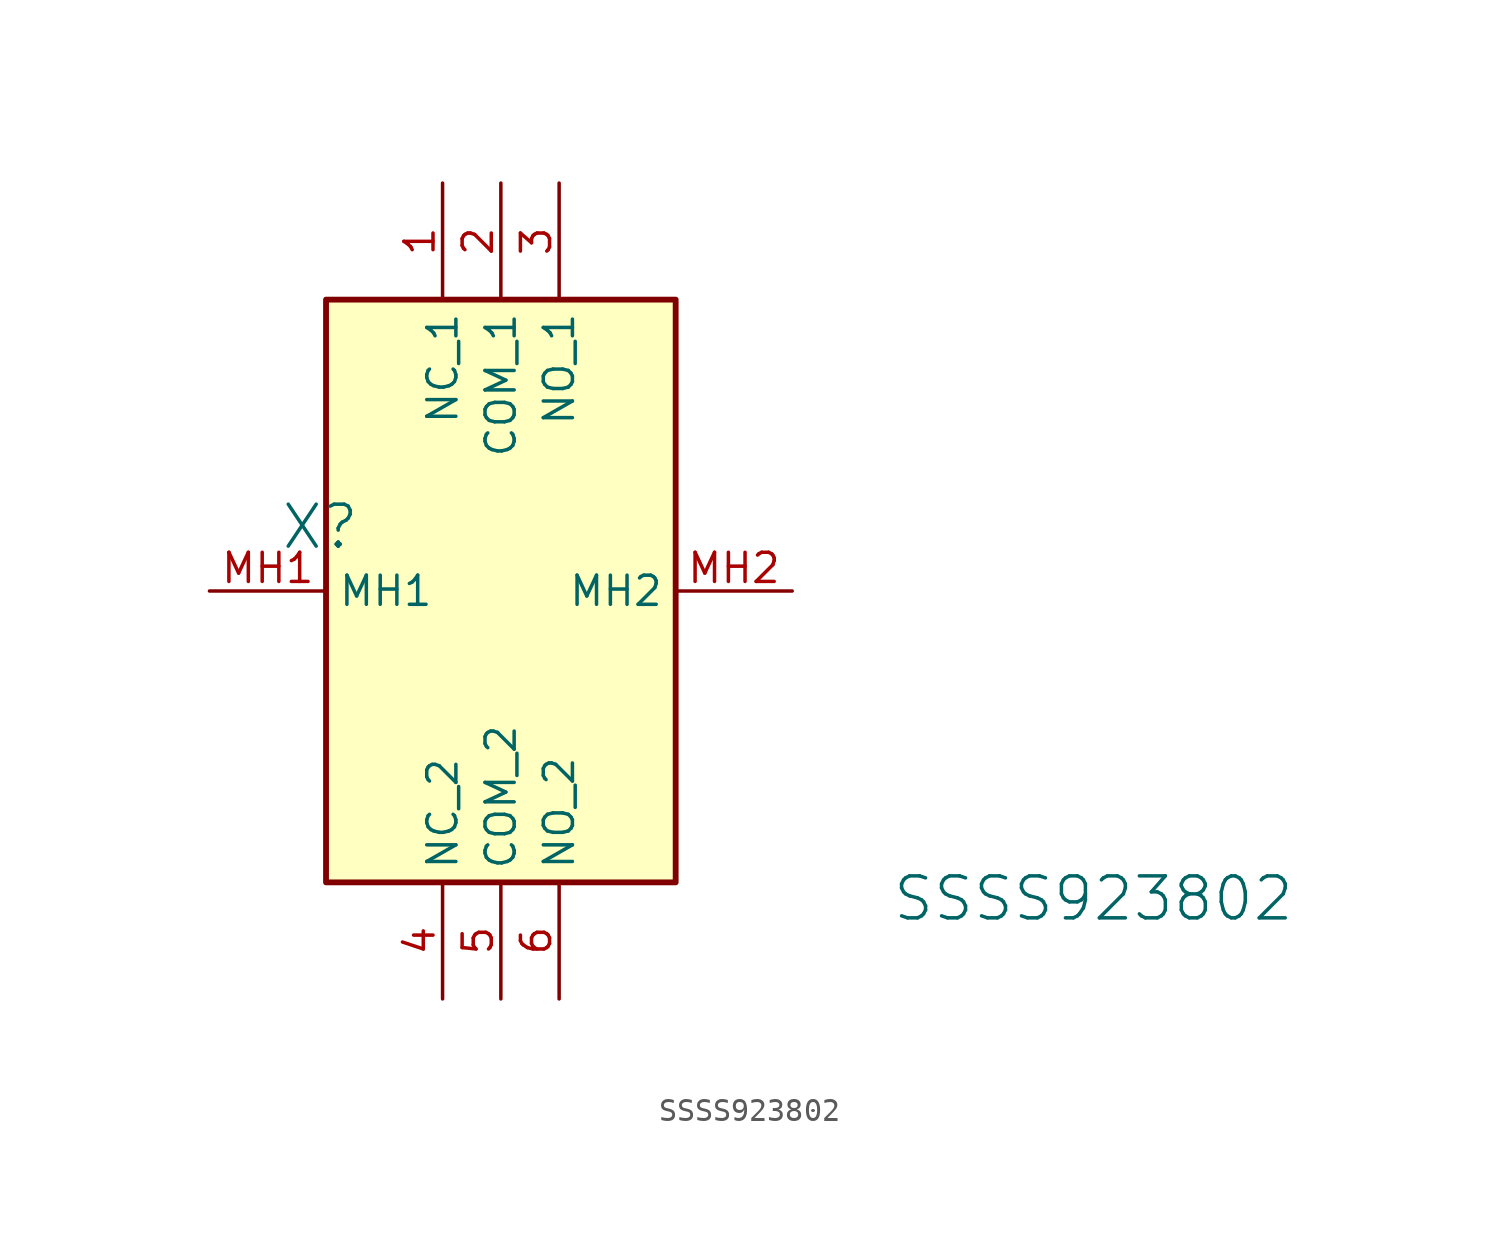
<source format=kicad_sym>
(kicad_symbol_lib
  (version 20231120)
  (generator "kicad_symbol_editor")
  (generator_version "8.0")
  (symbol "SSSS923802"
    (property "Reference" "X"
      (at 4.826 2.794 0)
      (effects (font (size 1.829 1.829))))
    (property "Value" "SSSS923802"
      (at 29.718 -14.478 0)
      (effects (font (size 1.829 1.829)) (justify left bottom)))
    (symbol "SSSS923802_1_0"
      (rectangle (start 20.32 12.7) (end 5.08 -12.7) (stroke (width 0.254) (type solid) (color 128 0 0 1)) (fill (type background)))
      (pin passive line (at 10.16 17.78 270) (length 5.08) (name "NC_1" (effects (font (size 1.27 1.27)))) (number "1" (effects (font (size 1.27 1.27)))))
      (pin passive line (at 12.7 17.78 270) (length 5.08) (name "COM_1" (effects (font (size 1.27 1.27)))) (number "2" (effects (font (size 1.27 1.27)))))
      (pin passive line (at 15.24 17.78 270) (length 5.08) (name "NO_1" (effects (font (size 1.27 1.27)))) (number "3" (effects (font (size 1.27 1.27)))))
      (pin passive line (at 10.16 -17.78 90) (length 5.08) (name "NC_2" (effects (font (size 1.27 1.27)))) (number "4" (effects (font (size 1.27 1.27)))))
      (pin passive line (at 12.7 -17.78 90) (length 5.08) (name "COM_2" (effects (font (size 1.27 1.27)))) (number "5" (effects (font (size 1.27 1.27)))))
      (pin passive line (at 15.24 -17.78 90) (length 5.08) (name "NO_2" (effects (font (size 1.27 1.27)))) (number "6" (effects (font (size 1.27 1.27)))))
      (pin passive line (at 0 0 0) (length 5.08) (name "MH1" (effects (font (size 1.27 1.27)))) (number "MH1" (effects (font (size 1.27 1.27)))))
      (pin passive line (at 25.4 0 180) (length 5.08) (name "MH2" (effects (font (size 1.27 1.27)))) (number "MH2" (effects (font (size 1.27 1.27))))))))
</source>
